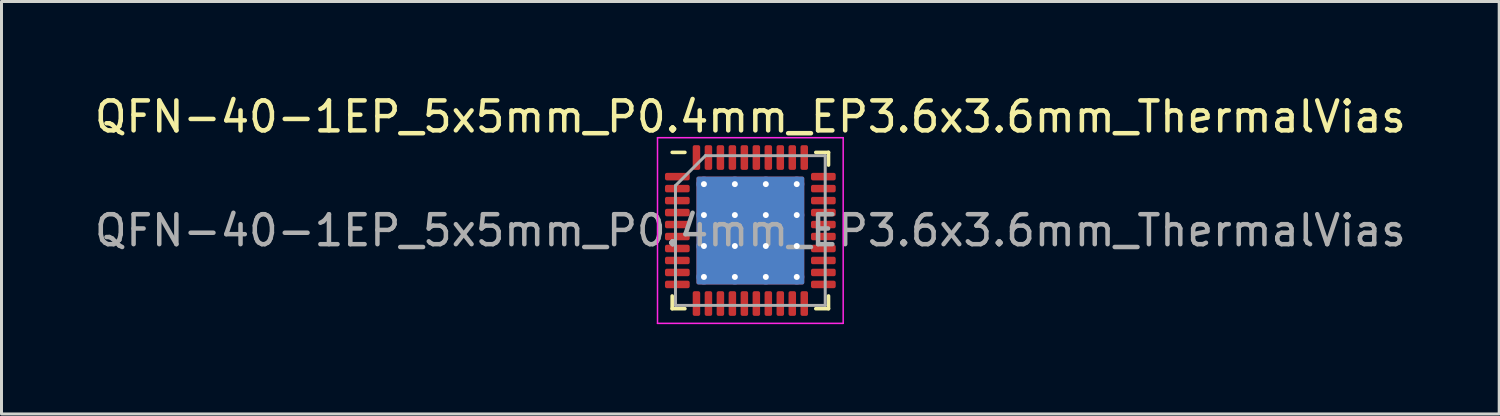
<source format=kicad_pcb>
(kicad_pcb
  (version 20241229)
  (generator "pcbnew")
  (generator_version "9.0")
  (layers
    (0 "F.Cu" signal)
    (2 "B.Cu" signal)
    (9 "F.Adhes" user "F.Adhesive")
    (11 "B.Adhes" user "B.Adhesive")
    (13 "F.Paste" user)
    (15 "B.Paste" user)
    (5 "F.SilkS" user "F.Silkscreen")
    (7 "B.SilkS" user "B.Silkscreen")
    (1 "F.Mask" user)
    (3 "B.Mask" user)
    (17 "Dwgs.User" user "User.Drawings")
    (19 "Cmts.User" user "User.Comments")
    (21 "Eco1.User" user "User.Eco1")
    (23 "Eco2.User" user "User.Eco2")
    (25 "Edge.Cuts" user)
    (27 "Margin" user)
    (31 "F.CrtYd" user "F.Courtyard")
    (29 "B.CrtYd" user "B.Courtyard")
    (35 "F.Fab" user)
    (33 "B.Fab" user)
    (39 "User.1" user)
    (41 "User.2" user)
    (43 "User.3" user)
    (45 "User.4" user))
  (footprint "QFN-40-1EP_5x5mm_P0.4mm_EP3.6x3.6mm_ThermalVias"
    (layer "F.Cu")
    (at 22.006 4.648)
    (property "Reference" "QFN-40-1EP_5x5mm_P0.4mm_EP3.6x3.6mm_ThermalVias" (at 0 -3.8 0) (layer "F.SilkS") (effects (font (size 1 1) (thickness 0.15))))
    (attr smd)
    (fp_line (start -2.61 2.61) (end -2.61 2.185) (stroke (width 0.12) (type solid)) (layer "F.SilkS"))
    (fp_line (start -2.185 -2.61) (end -2.61 -2.61) (stroke (width 0.12) (type solid)) (layer "F.SilkS"))
    (fp_line (start -2.185 2.61) (end -2.61 2.61) (stroke (width 0.12) (type solid)) (layer "F.SilkS"))
    (fp_line (start 2.185 -2.61) (end 2.61 -2.61) (stroke (width 0.12) (type solid)) (layer "F.SilkS"))
    (fp_line (start 2.185 2.61) (end 2.61 2.61) (stroke (width 0.12) (type solid)) (layer "F.SilkS"))
    (fp_line (start 2.61 -2.61) (end 2.61 -2.185) (stroke (width 0.12) (type solid)) (layer "F.SilkS"))
    (fp_line (start 2.61 2.61) (end 2.61 2.185) (stroke (width 0.12) (type solid)) (layer "F.SilkS"))
    (fp_line (start -3.1 -3.1) (end -3.1 3.1) (stroke (width 0.05) (type solid)) (layer "F.CrtYd"))
    (fp_line (start -3.1 3.1) (end 3.1 3.1) (stroke (width 0.05) (type solid)) (layer "F.CrtYd"))
    (fp_line (start 3.1 -3.1) (end -3.1 -3.1) (stroke (width 0.05) (type solid)) (layer "F.CrtYd"))
    (fp_line (start 3.1 3.1) (end 3.1 -3.1) (stroke (width 0.05) (type solid)) (layer "F.CrtYd"))
    (fp_line (start -2.5 -1.5) (end -1.5 -2.5) (stroke (width 0.1) (type solid)) (layer "F.Fab"))
    (fp_line (start -2.5 2.5) (end -2.5 -1.5) (stroke (width 0.1) (type solid)) (layer "F.Fab"))
    (fp_line (start -1.5 -2.5) (end 2.5 -2.5) (stroke (width 0.1) (type solid)) (layer "F.Fab"))
    (fp_line (start 2.5 -2.5) (end 2.5 2.5) (stroke (width 0.1) (type solid)) (layer "F.Fab"))
    (fp_line (start 2.5 2.5) (end -2.5 2.5) (stroke (width 0.1) (type solid)) (layer "F.Fab"))
    (fp_text user "${REFERENCE}" (at 0 0 0) (layer "F.Fab") (effects (font (size 1 1) (thickness 0.15))))
    (pad "" smd custom (at -1.033 -1.033) (size 0.803 0.803) (layers "F.Paste") (options (anchor circle)) (primitives (gr_poly (pts (xy -0.465 -0.286) (xy -0.286 -0.465) (xy 0.286 -0.465) (xy 0.465 -0.286) (xy 0.465 0.286) (xy 0.286 0.465) (xy -0.286 0.465) (xy -0.465 0.286)) (width 0) (fill yes))))
    (pad "" smd custom (at -1.033 0) (size 0.803 0.803) (layers "F.Paste") (options (anchor circle)) (primitives (gr_poly (pts (xy -0.465 -0.286) (xy -0.286 -0.465) (xy 0.286 -0.465) (xy 0.465 -0.286) (xy 0.465 0.286) (xy 0.286 0.465) (xy -0.286 0.465) (xy -0.465 0.286)) (width 0) (fill yes))))
    (pad "" smd custom (at -1.033 1.033) (size 0.803 0.803) (layers "F.Paste") (options (anchor circle)) (primitives (gr_poly (pts (xy -0.465 -0.286) (xy -0.286 -0.465) (xy 0.286 -0.465) (xy 0.465 -0.286) (xy 0.465 0.286) (xy 0.286 0.465) (xy -0.286 0.465) (xy -0.465 0.286)) (width 0) (fill yes))))
    (pad "" smd custom (at 0 -1.033) (size 0.803 0.803) (layers "F.Paste") (options (anchor circle)) (primitives (gr_poly (pts (xy -0.465 -0.286) (xy -0.286 -0.465) (xy 0.286 -0.465) (xy 0.465 -0.286) (xy 0.465 0.286) (xy 0.286 0.465) (xy -0.286 0.465) (xy -0.465 0.286)) (width 0) (fill yes))))
    (pad "" smd custom (at 0 0) (size 0.803 0.803) (layers "F.Paste") (options (anchor circle)) (primitives (gr_poly (pts (xy -0.465 -0.286) (xy -0.286 -0.465) (xy 0.286 -0.465) (xy 0.465 -0.286) (xy 0.465 0.286) (xy 0.286 0.465) (xy -0.286 0.465) (xy -0.465 0.286)) (width 0) (fill yes))))
    (pad "" smd custom (at 0 1.033) (size 0.803 0.803) (layers "F.Paste") (options (anchor circle)) (primitives (gr_poly (pts (xy -0.465 -0.286) (xy -0.286 -0.465) (xy 0.286 -0.465) (xy 0.465 -0.286) (xy 0.465 0.286) (xy 0.286 0.465) (xy -0.286 0.465) (xy -0.465 0.286)) (width 0) (fill yes))))
    (pad "" smd custom (at 1.033 -1.033) (size 0.803 0.803) (layers "F.Paste") (options (anchor circle)) (primitives (gr_poly (pts (xy -0.465 -0.286) (xy -0.286 -0.465) (xy 0.286 -0.465) (xy 0.465 -0.286) (xy 0.465 0.286) (xy 0.286 0.465) (xy -0.286 0.465) (xy -0.465 0.286)) (width 0) (fill yes))))
    (pad "" smd custom (at 1.033 0) (size 0.803 0.803) (layers "F.Paste") (options (anchor circle)) (primitives (gr_poly (pts (xy -0.465 -0.286) (xy -0.286 -0.465) (xy 0.286 -0.465) (xy 0.465 -0.286) (xy 0.465 0.286) (xy 0.286 0.465) (xy -0.286 0.465) (xy -0.465 0.286)) (width 0) (fill yes))))
    (pad "" smd custom (at 1.033 1.033) (size 0.803 0.803) (layers "F.Paste") (options (anchor circle)) (primitives (gr_poly (pts (xy -0.465 -0.286) (xy -0.286 -0.465) (xy 0.286 -0.465) (xy 0.465 -0.286) (xy 0.465 0.286) (xy 0.286 0.465) (xy -0.286 0.465) (xy -0.465 0.286)) (width 0) (fill yes))))
    (pad "1" smd roundrect (at -2.438 -1.8) (size 0.825 0.25) (layers "F.Cu" "F.Mask" "F.Paste") (roundrect_rratio 0.25))
    (pad "2" smd roundrect (at -2.438 -1.4) (size 0.825 0.25) (layers "F.Cu" "F.Mask" "F.Paste") (roundrect_rratio 0.25))
    (pad "3" smd roundrect (at -2.438 -1) (size 0.825 0.25) (layers "F.Cu" "F.Mask" "F.Paste") (roundrect_rratio 0.25))
    (pad "4" smd roundrect (at -2.438 -0.6) (size 0.825 0.25) (layers "F.Cu" "F.Mask" "F.Paste") (roundrect_rratio 0.25))
    (pad "5" smd roundrect (at -2.438 -0.2) (size 0.825 0.25) (layers "F.Cu" "F.Mask" "F.Paste") (roundrect_rratio 0.25))
    (pad "6" smd roundrect (at -2.438 0.2) (size 0.825 0.25) (layers "F.Cu" "F.Mask" "F.Paste") (roundrect_rratio 0.25))
    (pad "7" smd roundrect (at -2.438 0.6) (size 0.825 0.25) (layers "F.Cu" "F.Mask" "F.Paste") (roundrect_rratio 0.25))
    (pad "8" smd roundrect (at -2.438 1) (size 0.825 0.25) (layers "F.Cu" "F.Mask" "F.Paste") (roundrect_rratio 0.25))
    (pad "9" smd roundrect (at -2.438 1.4) (size 0.825 0.25) (layers "F.Cu" "F.Mask" "F.Paste") (roundrect_rratio 0.25))
    (pad "10" smd roundrect (at -2.438 1.8) (size 0.825 0.25) (layers "F.Cu" "F.Mask" "F.Paste") (roundrect_rratio 0.25))
    (pad "11" smd roundrect (at -1.8 2.438) (size 0.25 0.825) (layers "F.Cu" "F.Mask" "F.Paste") (roundrect_rratio 0.25))
    (pad "12" smd roundrect (at -1.4 2.438) (size 0.25 0.825) (layers "F.Cu" "F.Mask" "F.Paste") (roundrect_rratio 0.25))
    (pad "13" smd roundrect (at -1 2.438) (size 0.25 0.825) (layers "F.Cu" "F.Mask" "F.Paste") (roundrect_rratio 0.25))
    (pad "14" smd roundrect (at -0.6 2.438) (size 0.25 0.825) (layers "F.Cu" "F.Mask" "F.Paste") (roundrect_rratio 0.25))
    (pad "15" smd roundrect (at -0.2 2.438) (size 0.25 0.825) (layers "F.Cu" "F.Mask" "F.Paste") (roundrect_rratio 0.25))
    (pad "16" smd roundrect (at 0.2 2.438) (size 0.25 0.825) (layers "F.Cu" "F.Mask" "F.Paste") (roundrect_rratio 0.25))
    (pad "17" smd roundrect (at 0.6 2.438) (size 0.25 0.825) (layers "F.Cu" "F.Mask" "F.Paste") (roundrect_rratio 0.25))
    (pad "18" smd roundrect (at 1 2.438) (size 0.25 0.825) (layers "F.Cu" "F.Mask" "F.Paste") (roundrect_rratio 0.25))
    (pad "19" smd roundrect (at 1.4 2.438) (size 0.25 0.825) (layers "F.Cu" "F.Mask" "F.Paste") (roundrect_rratio 0.25))
    (pad "20" smd roundrect (at 1.8 2.438) (size 0.25 0.825) (layers "F.Cu" "F.Mask" "F.Paste") (roundrect_rratio 0.25))
    (pad "21" smd roundrect (at 2.438 1.8) (size 0.825 0.25) (layers "F.Cu" "F.Mask" "F.Paste") (roundrect_rratio 0.25))
    (pad "22" smd roundrect (at 2.438 1.4) (size 0.825 0.25) (layers "F.Cu" "F.Mask" "F.Paste") (roundrect_rratio 0.25))
    (pad "23" smd roundrect (at 2.438 1) (size 0.825 0.25) (layers "F.Cu" "F.Mask" "F.Paste") (roundrect_rratio 0.25))
    (pad "24" smd roundrect (at 2.438 0.6) (size 0.825 0.25) (layers "F.Cu" "F.Mask" "F.Paste") (roundrect_rratio 0.25))
    (pad "25" smd roundrect (at 2.438 0.2) (size 0.825 0.25) (layers "F.Cu" "F.Mask" "F.Paste") (roundrect_rratio 0.25))
    (pad "26" smd roundrect (at 2.438 -0.2) (size 0.825 0.25) (layers "F.Cu" "F.Mask" "F.Paste") (roundrect_rratio 0.25))
    (pad "27" smd roundrect (at 2.438 -0.6) (size 0.825 0.25) (layers "F.Cu" "F.Mask" "F.Paste") (roundrect_rratio 0.25))
    (pad "28" smd roundrect (at 2.438 -1) (size 0.825 0.25) (layers "F.Cu" "F.Mask" "F.Paste") (roundrect_rratio 0.25))
    (pad "29" smd roundrect (at 2.438 -1.4) (size 0.825 0.25) (layers "F.Cu" "F.Mask" "F.Paste") (roundrect_rratio 0.25))
    (pad "30" smd roundrect (at 2.438 -1.8) (size 0.825 0.25) (layers "F.Cu" "F.Mask" "F.Paste") (roundrect_rratio 0.25))
    (pad "31" smd roundrect (at 1.8 -2.438) (size 0.25 0.825) (layers "F.Cu" "F.Mask" "F.Paste") (roundrect_rratio 0.25))
    (pad "32" smd roundrect (at 1.4 -2.438) (size 0.25 0.825) (layers "F.Cu" "F.Mask" "F.Paste") (roundrect_rratio 0.25))
    (pad "33" smd roundrect (at 1 -2.438) (size 0.25 0.825) (layers "F.Cu" "F.Mask" "F.Paste") (roundrect_rratio 0.25))
    (pad "34" smd roundrect (at 0.6 -2.438) (size 0.25 0.825) (layers "F.Cu" "F.Mask" "F.Paste") (roundrect_rratio 0.25))
    (pad "35" smd roundrect (at 0.2 -2.438) (size 0.25 0.825) (layers "F.Cu" "F.Mask" "F.Paste") (roundrect_rratio 0.25))
    (pad "36" smd roundrect (at -0.2 -2.438) (size 0.25 0.825) (layers "F.Cu" "F.Mask" "F.Paste") (roundrect_rratio 0.25))
    (pad "37" smd roundrect (at -0.6 -2.438) (size 0.25 0.825) (layers "F.Cu" "F.Mask" "F.Paste") (roundrect_rratio 0.25))
    (pad "38" smd roundrect (at -1 -2.438) (size 0.25 0.825) (layers "F.Cu" "F.Mask" "F.Paste") (roundrect_rratio 0.25))
    (pad "39" smd roundrect (at -1.4 -2.438) (size 0.25 0.825) (layers "F.Cu" "F.Mask" "F.Paste") (roundrect_rratio 0.25))
    (pad "40" smd roundrect (at -1.8 -2.438) (size 0.25 0.825) (layers "F.Cu" "F.Mask" "F.Paste") (roundrect_rratio 0.25))
    (pad "41" thru_hole circle (at -1.55 -1.55) (size 0.5 0.5) (drill 0.2) (layers "*.Cu"))
    (pad "41" thru_hole circle (at -1.55 -0.517) (size 0.5 0.5) (drill 0.2) (layers "*.Cu"))
    (pad "41" thru_hole circle (at -1.55 0.517) (size 0.5 0.5) (drill 0.2) (layers "*.Cu"))
    (pad "41" thru_hole circle (at -1.55 1.55) (size 0.5 0.5) (drill 0.2) (layers "*.Cu"))
    (pad "41" thru_hole circle (at -0.517 -1.55) (size 0.5 0.5) (drill 0.2) (layers "*.Cu"))
    (pad "41" thru_hole circle (at -0.517 -0.517) (size 0.5 0.5) (drill 0.2) (layers "*.Cu"))
    (pad "41" thru_hole circle (at -0.517 0.517) (size 0.5 0.5) (drill 0.2) (layers "*.Cu"))
    (pad "41" thru_hole circle (at -0.517 1.55) (size 0.5 0.5) (drill 0.2) (layers "*.Cu"))
    (pad "41" smd roundrect (at 0 0) (size 3.6 3.6) (layers "F.Cu" "F.Mask") (roundrect_rratio 0.017))
    (pad "41" smd roundrect (at 0 0) (size 3.6 3.6) (layers "B.Cu") (roundrect_rratio 0.017))
    (pad "41" thru_hole circle (at 0.517 -1.55) (size 0.5 0.5) (drill 0.2) (layers "*.Cu"))
    (pad "41" thru_hole circle (at 0.517 -0.517) (size 0.5 0.5) (drill 0.2) (layers "*.Cu"))
    (pad "41" thru_hole circle (at 0.517 0.517) (size 0.5 0.5) (drill 0.2) (layers "*.Cu"))
    (pad "41" thru_hole circle (at 0.517 1.55) (size 0.5 0.5) (drill 0.2) (layers "*.Cu"))
    (pad "41" thru_hole circle (at 1.55 -1.55) (size 0.5 0.5) (drill 0.2) (layers "*.Cu"))
    (pad "41" thru_hole circle (at 1.55 -0.517) (size 0.5 0.5) (drill 0.2) (layers "*.Cu"))
    (pad "41" thru_hole circle (at 1.55 0.517) (size 0.5 0.5) (drill 0.2) (layers "*.Cu"))
    (pad "41" thru_hole circle (at 1.55 1.55) (size 0.5 0.5) (drill 0.2) (layers "*.Cu")))
  (gr_rect
    (start -3 -3)
    (end 47.012 10.773)
    (stroke (width 0.1) (type default))
    (fill no)
    (layer "Edge.Cuts")))
</source>
